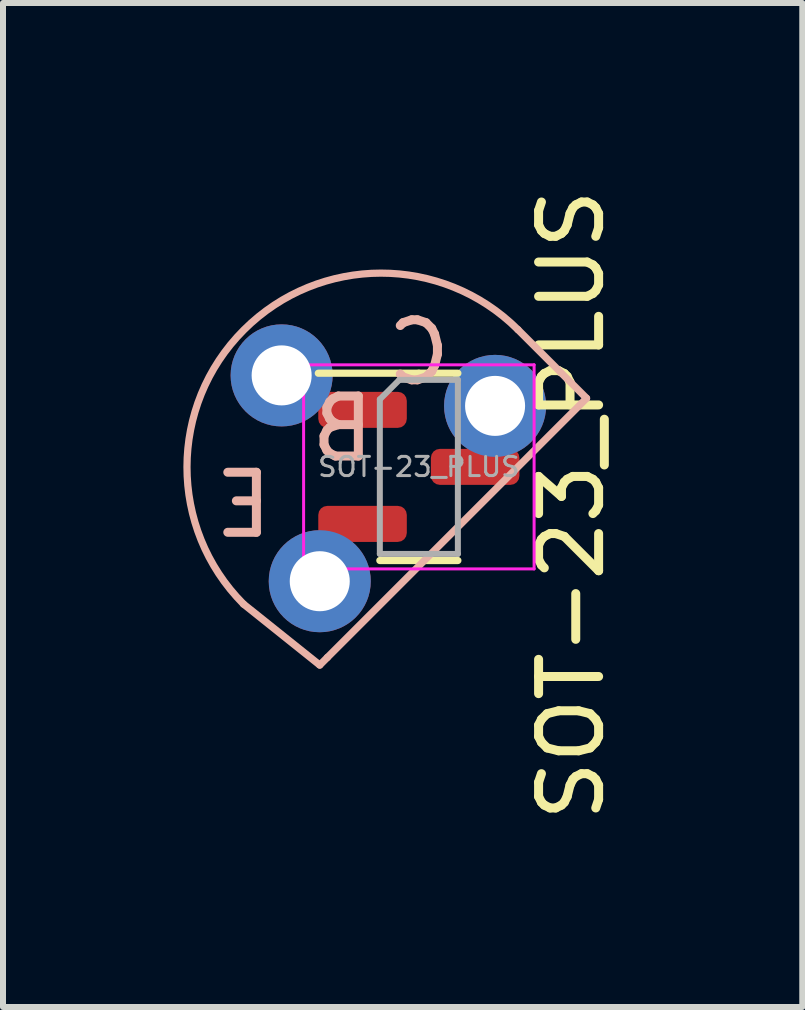
<source format=kicad_pcb>
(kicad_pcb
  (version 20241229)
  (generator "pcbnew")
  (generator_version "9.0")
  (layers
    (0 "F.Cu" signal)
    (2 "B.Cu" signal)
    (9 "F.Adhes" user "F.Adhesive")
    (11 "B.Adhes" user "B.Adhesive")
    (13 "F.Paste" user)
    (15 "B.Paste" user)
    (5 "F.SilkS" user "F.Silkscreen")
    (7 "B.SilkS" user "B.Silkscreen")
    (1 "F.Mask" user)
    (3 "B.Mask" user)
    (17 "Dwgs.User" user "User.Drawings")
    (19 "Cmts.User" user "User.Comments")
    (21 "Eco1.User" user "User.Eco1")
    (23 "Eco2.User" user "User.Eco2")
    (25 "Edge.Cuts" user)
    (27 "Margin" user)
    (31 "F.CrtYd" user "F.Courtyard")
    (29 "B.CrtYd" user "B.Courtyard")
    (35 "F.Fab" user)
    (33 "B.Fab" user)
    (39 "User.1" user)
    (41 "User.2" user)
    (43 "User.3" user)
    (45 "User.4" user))
  (footprint "SOT-23_PLUS"
    (layer "F.Cu")
    (at 3.928 4.728)
    (property "Reference" "SOT-23_PLUS" (at 2.54 0.635 270) (layer "F.SilkS") (effects (font (size 1 1) (thickness 0.15))))
    (attr smd)
    (fp_line (start 0 -1.56) (end -1.675 -1.56) (stroke (width 0.12) (type solid)) (layer "F.SilkS"))
    (fp_line (start 0 -1.56) (end 0.65 -1.56) (stroke (width 0.12) (type solid)) (layer "F.SilkS"))
    (fp_line (start 0 1.56) (end -0.65 1.56) (stroke (width 0.12) (type solid)) (layer "F.SilkS"))
    (fp_line (start 0 1.56) (end 0.65 1.56) (stroke (width 0.12) (type solid)) (layer "F.SilkS"))
    (fp_line (start -2.921 2.286) (end -1.651 3.302) (stroke (width 0.12) (type solid)) (layer "B.SilkS"))
    (fp_line (start -1.651 3.302) (end -1.524 3.175) (stroke (width 0.12) (type solid)) (layer "B.SilkS"))
    (fp_line (start 1.651 -2.286) (end 2.794 -1.143) (stroke (width 0.12) (type solid)) (layer "B.SilkS"))
    (fp_line (start 2.794 -1.143) (end -1.524 3.175) (stroke (width 0.12) (type solid)) (layer "B.SilkS"))
    (fp_arc (start -2.921 2.286) (mid -2.921 -2.286) (end 1.651 -2.286) (stroke (width 0.12) (type solid)) (layer "B.SilkS"))
    (fp_line (start -1.92 -1.7) (end -1.92 1.7) (stroke (width 0.05) (type solid)) (layer "F.CrtYd"))
    (fp_line (start -1.92 1.7) (end 1.92 1.7) (stroke (width 0.05) (type solid)) (layer "F.CrtYd"))
    (fp_line (start 1.92 -1.7) (end -1.92 -1.7) (stroke (width 0.05) (type solid)) (layer "F.CrtYd"))
    (fp_line (start 1.92 1.7) (end 1.92 -1.7) (stroke (width 0.05) (type solid)) (layer "F.CrtYd"))
    (fp_line (start -0.65 -1.125) (end -0.325 -1.45) (stroke (width 0.1) (type solid)) (layer "F.Fab"))
    (fp_line (start -0.65 1.45) (end -0.65 -1.125) (stroke (width 0.1) (type solid)) (layer "F.Fab"))
    (fp_line (start -0.325 -1.45) (end 0.65 -1.45) (stroke (width 0.1) (type solid)) (layer "F.Fab"))
    (fp_line (start 0.65 -1.45) (end 0.65 1.45) (stroke (width 0.1) (type solid)) (layer "F.Fab"))
    (fp_line (start 0.65 1.45) (end -0.65 1.45) (stroke (width 0.1) (type solid)) (layer "F.Fab"))
    (fp_text user "E" (at -2.921 0.635 0) (unlocked yes) (layer "B.SilkS") (effects (font (size 1 1) (thickness 0.15)) (justify mirror)))
    (fp_text user "B" (at -1.27 -0.635 0) (unlocked yes) (layer "B.SilkS") (effects (font (size 1 1) (thickness 0.15)) (justify mirror)))
    (fp_text user "C" (at 0 -1.905 0) (unlocked yes) (layer "B.SilkS") (effects (font (size 1 1) (thickness 0.15)) (justify mirror)))
    (fp_text user "${REFERENCE}" (at 0 0 0) (layer "F.Fab") (effects (font (size 0.32 0.32) (thickness 0.05))))
    (pad "1" thru_hole circle (at -2.286 -1.524) (size 1.7 1.7) (drill 1) (layers "*.Cu" "*.Mask"))
    (pad "1" smd roundrect (at -0.938 -0.95) (size 1.475 0.6) (layers "F.Cu" "F.Mask" "F.Paste") (roundrect_rratio 0.25))
    (pad "2" thru_hole circle (at -1.651 1.905) (size 1.7 1.7) (drill 1) (layers "*.Cu" "*.Mask"))
    (pad "2" smd roundrect (at -0.938 0.95) (size 1.475 0.6) (layers "F.Cu" "F.Mask" "F.Paste") (roundrect_rratio 0.25))
    (pad "3" smd roundrect (at 0.938 0) (size 1.475 0.6) (layers "F.Cu" "F.Mask" "F.Paste") (roundrect_rratio 0.25))
    (pad "3" thru_hole circle (at 1.27 -1.016) (size 1.7 1.7) (drill 1) (layers "*.Cu" "*.Mask")))
  (gr_rect
    (start -3 -3)
    (end 10.316 13.726)
    (stroke (width 0.1) (type default))
    (fill no)
    (layer "Edge.Cuts")))
</source>
